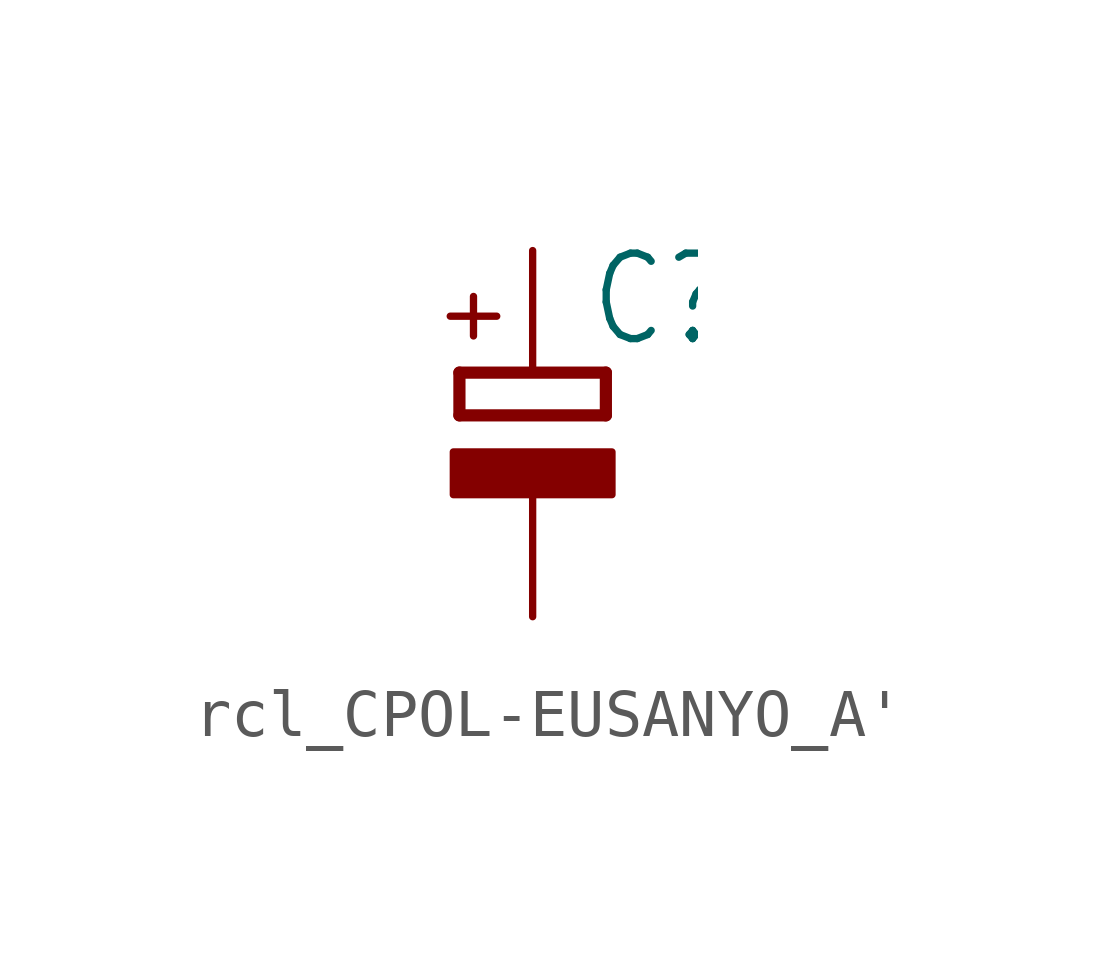
<source format=kicad_sym>
(kicad_symbol_lib
  (version 20231120)
  (generator "kicad_symbol_editor")
  (generator_version "8.0")
  (symbol "rcl_CPOL-EUSANYO_A'"
    (property "Reference" "C"
      (at 1.143 0.483 0)
      (effects (font (size 1.778 1.511)) (justify left bottom)))
    (property "Value" ""
      (at 1.143 -4.597 0)
      (effects (font (size 1.778 1.511)) (justify left bottom)))
    (property "ki_locked" ""
      (at 0 0 0)
      (effects (font (size 1.27 1.27))))
    (symbol "rcl_CPOL-EUSANYO_A'_1_0"
      (rectangle (start -1.651 -2.54) (end 1.651 -1.651) (stroke (width 0) (type default)) (fill (type outline)))
      (polyline (pts (xy -1.524 -0.889) (xy 1.524 -0.889)) (stroke (width 0.254) (type solid)) (fill (type none)))
      (polyline (pts (xy -1.524 0) (xy -1.524 -0.889)) (stroke (width 0.254) (type solid)) (fill (type none)))
      (polyline (pts (xy -1.524 0) (xy 1.524 0)) (stroke (width 0.254) (type solid)) (fill (type none)))
      (polyline (pts (xy 1.524 -0.889) (xy 1.524 0)) (stroke (width 0.254) (type solid)) (fill (type none)))
      (text "+" (at -0.584 0.406 900) (effects (font (size 1.27 1.079)) (justify left bottom)))
      (pin passive line (at 0 2.54 270) (length 2.54) (name "+" (effects (font (size 0 0)))) (number "+" (effects (font (size 0 0)))))
      (pin passive line (at 0 -5.08 90) (length 2.54) (name "-" (effects (font (size 0 0)))) (number "-" (effects (font (size 0 0))))))))
</source>
